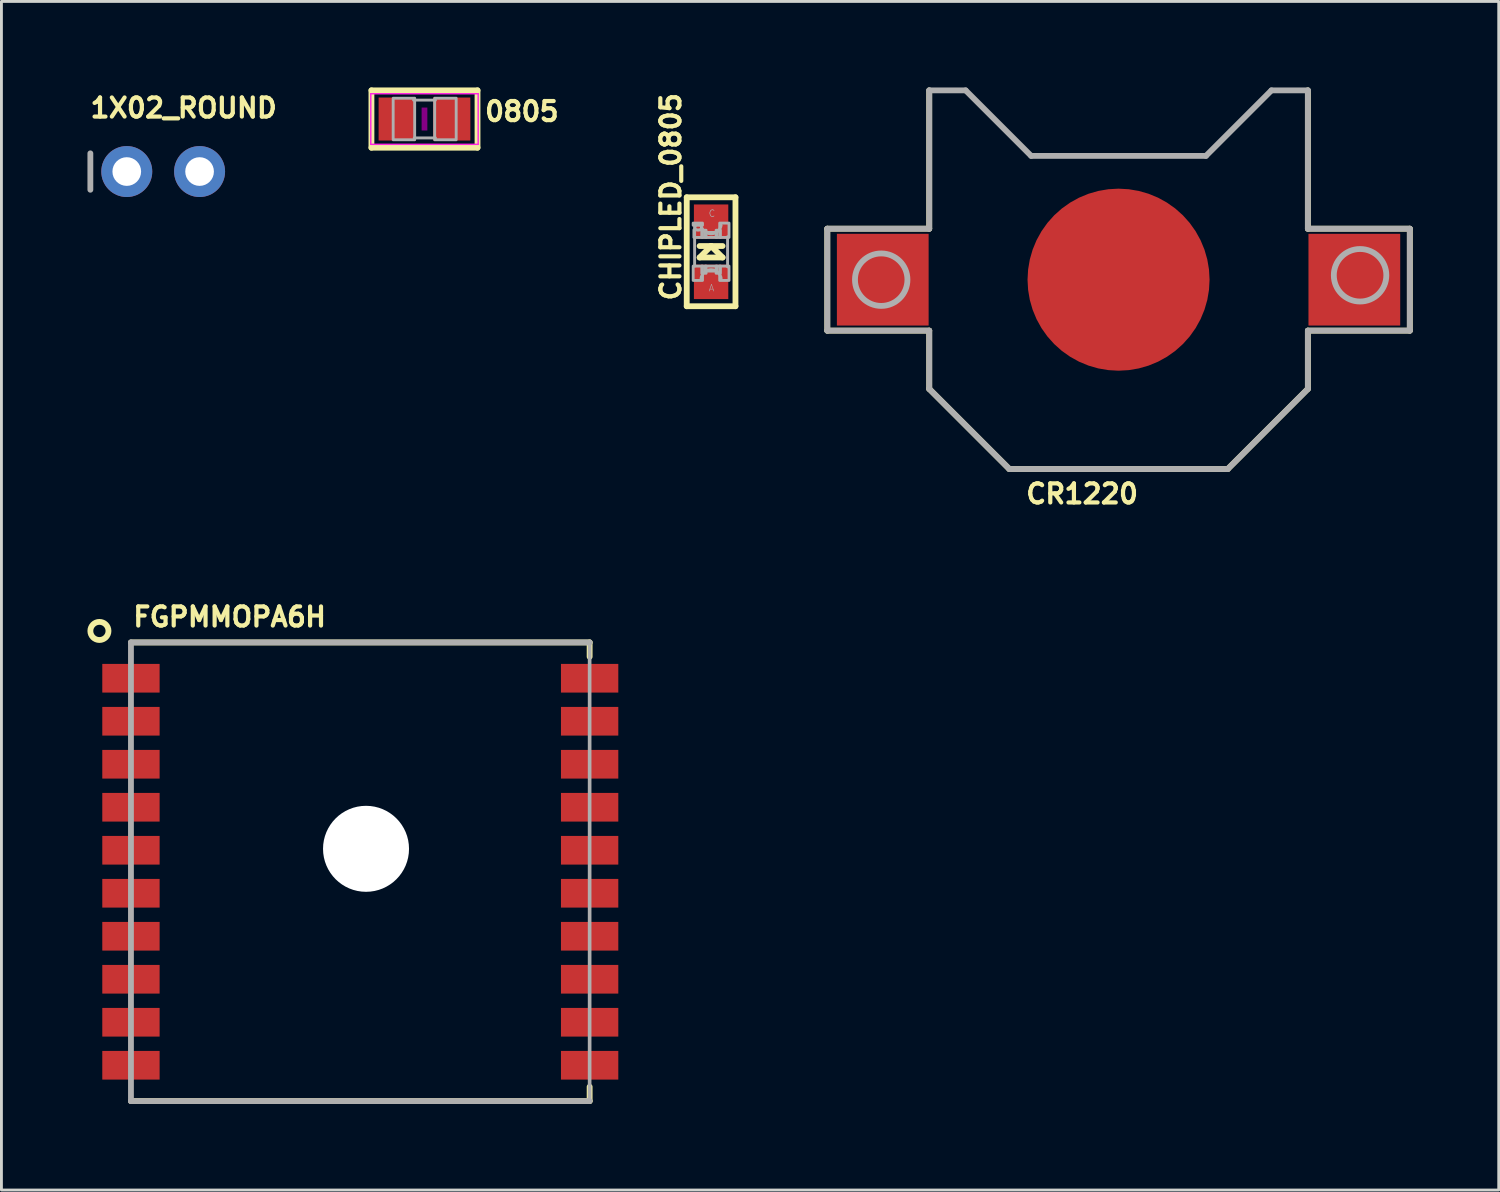
<source format=kicad_pcb>
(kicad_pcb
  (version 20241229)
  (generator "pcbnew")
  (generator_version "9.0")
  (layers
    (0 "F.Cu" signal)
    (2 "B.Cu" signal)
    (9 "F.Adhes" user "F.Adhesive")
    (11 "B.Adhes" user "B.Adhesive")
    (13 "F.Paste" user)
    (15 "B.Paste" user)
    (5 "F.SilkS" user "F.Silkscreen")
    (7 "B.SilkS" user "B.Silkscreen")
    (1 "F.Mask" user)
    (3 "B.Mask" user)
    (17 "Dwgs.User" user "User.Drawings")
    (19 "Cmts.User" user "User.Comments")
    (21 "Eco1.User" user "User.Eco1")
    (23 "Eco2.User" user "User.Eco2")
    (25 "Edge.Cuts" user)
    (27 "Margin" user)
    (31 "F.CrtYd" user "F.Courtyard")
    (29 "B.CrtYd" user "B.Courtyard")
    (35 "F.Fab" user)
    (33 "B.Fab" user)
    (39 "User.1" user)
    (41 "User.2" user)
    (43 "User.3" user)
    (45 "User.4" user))
  (footprint "0805"
    (layer "F.Cu")
    (at 11.757 1.102)
    (property "Reference" "0805" (at 2.032 0.127 0) (layer "F.SilkS") (effects (font (size 0.666 0.666) (thickness 0.146)) (justify left bottom)))
    (fp_line (start -1.85 -1) (end 1.85 -1) (stroke (width 0.203) (type solid)) (layer "F.SilkS"))
    (fp_line (start -1.85 1) (end -1.85 -1) (stroke (width 0.203) (type solid)) (layer "F.SilkS"))
    (fp_line (start 1.85 -1) (end 1.85 1) (stroke (width 0.203) (type solid)) (layer "F.SilkS"))
    (fp_line (start 1.85 1) (end -1.85 1) (stroke (width 0.203) (type solid)) (layer "F.SilkS"))
    (fp_poly (pts (xy -0.1 0.4) (xy 0.1 0.4) (xy 0.1 -0.4) (xy -0.1 -0.4)) (stroke (width 0) (type default)) (fill yes) (layer "F.Adhes"))
    (fp_line (start -1.873 -0.883) (end 1.873 -0.883) (stroke (width 0.051) (type solid)) (layer "F.CrtYd"))
    (fp_line (start -1.873 0.883) (end -1.873 -0.883) (stroke (width 0.051) (type solid)) (layer "F.CrtYd"))
    (fp_line (start 1.873 -0.883) (end 1.873 0.883) (stroke (width 0.051) (type solid)) (layer "F.CrtYd"))
    (fp_line (start 1.873 0.883) (end -1.873 0.883) (stroke (width 0.051) (type solid)) (layer "F.CrtYd"))
    (fp_line (start -0.381 -0.66) (end 0.381 -0.66) (stroke (width 0.102) (type solid)) (layer "F.Fab"))
    (fp_line (start -0.356 0.66) (end 0.381 0.66) (stroke (width 0.102) (type solid)) (layer "F.Fab"))
    (fp_poly (pts (xy -1.092 0.724) (xy -0.342 0.724) (xy -0.342 -0.726) (xy -1.092 -0.726)) (stroke (width 0.1) (type default)) (fill no) (layer "F.Fab"))
    (fp_poly (pts (xy 0.356 0.724) (xy 1.106 0.724) (xy 1.106 -0.726) (xy 0.356 -0.726)) (stroke (width 0.1) (type default)) (fill no) (layer "F.Fab"))
    (pad "1" smd rect (at -0.95 0) (size 1.3 1.5) (layers "F.Cu" "F.Mask" "F.Paste"))
    (pad "2" smd rect (at 0.95 0) (size 1.3 1.5) (layers "F.Cu" "F.Mask" "F.Paste")))
  (footprint "FGPMMOPA6H"
    (layer "F.Cu")
    (at 9.518 27.359)
    (property "Reference" "FGPMMOPA6H" (at -8 -8.5 0) (layer "F.SilkS") (effects (font (size 0.666 0.666) (thickness 0.146)) (justify left bottom)))
    (fp_line (start -8 -8) (end 8 -8) (stroke (width 0.203) (type solid)) (layer "F.SilkS"))
    (fp_line (start 8 -8) (end 8 -7.5) (stroke (width 0.203) (type solid)) (layer "F.SilkS"))
    (fp_line (start 8 7.5) (end 8 8) (stroke (width 0.203) (type solid)) (layer "F.SilkS"))
    (fp_line (start 8 8) (end -8 8) (stroke (width 0.203) (type solid)) (layer "F.SilkS"))
    (fp_circle (center -9.1 -8.4) (end -8.784 -8.4) (stroke (width 0.203) (type solid)) (fill no) (layer "F.SilkS"))
    (fp_line (start -8 -8) (end 8 -8) (stroke (width 0.203) (type solid)) (layer "F.Fab"))
    (fp_line (start -8 8) (end -8 -8) (stroke (width 0.203) (type solid)) (layer "F.Fab"))
    (fp_line (start 8 -8) (end 8 8) (stroke (width 0.127) (type solid)) (layer "F.Fab"))
    (fp_line (start 8 8) (end -8 8) (stroke (width 0.203) (type solid)) (layer "F.Fab"))
    (pad "" np_thru_hole circle (at 0.2 -0.8) (size 3 3) (drill 3) (layers "*.Cu" "*.Mask"))
    (pad "P$1" smd rect (at -8 -6.75) (size 2 1) (layers "F.Cu" "F.Mask" "F.Paste"))
    (pad "P$2" smd rect (at -8 -5.25) (size 2 1) (layers "F.Cu" "F.Mask" "F.Paste"))
    (pad "P$3" smd rect (at -8 -3.75) (size 2 1) (layers "F.Cu" "F.Mask" "F.Paste"))
    (pad "P$4" smd rect (at -8 -2.25) (size 2 1) (layers "F.Cu" "F.Mask" "F.Paste"))
    (pad "P$5" smd rect (at -8 -0.75) (size 2 1) (layers "F.Cu" "F.Mask" "F.Paste"))
    (pad "P$6" smd rect (at -8 0.75) (size 2 1) (layers "F.Cu" "F.Mask" "F.Paste"))
    (pad "P$7" smd rect (at -8 2.25) (size 2 1) (layers "F.Cu" "F.Mask" "F.Paste"))
    (pad "P$8" smd rect (at -8 3.75) (size 2 1) (layers "F.Cu" "F.Mask" "F.Paste"))
    (pad "P$9" smd rect (at -8 5.25) (size 2 1) (layers "F.Cu" "F.Mask" "F.Paste"))
    (pad "P$10" smd rect (at -8 6.75) (size 2 1) (layers "F.Cu" "F.Mask" "F.Paste"))
    (pad "P$11" smd rect (at 8 6.75 180) (size 2 1) (layers "F.Cu" "F.Mask" "F.Paste"))
    (pad "P$12" smd rect (at 8 5.25 180) (size 2 1) (layers "F.Cu" "F.Mask" "F.Paste"))
    (pad "P$13" smd rect (at 8 3.75 180) (size 2 1) (layers "F.Cu" "F.Mask" "F.Paste"))
    (pad "P$14" smd rect (at 8 2.25 180) (size 2 1) (layers "F.Cu" "F.Mask" "F.Paste"))
    (pad "P$15" smd rect (at 8 0.75 180) (size 2 1) (layers "F.Cu" "F.Mask" "F.Paste"))
    (pad "P$16" smd rect (at 8 -0.75 180) (size 2 1) (layers "F.Cu" "F.Mask" "F.Paste"))
    (pad "P$17" smd rect (at 8 -2.25 180) (size 2 1) (layers "F.Cu" "F.Mask" "F.Paste"))
    (pad "P$18" smd rect (at 8 -3.75 180) (size 2 1) (layers "F.Cu" "F.Mask" "F.Paste"))
    (pad "P$19" smd rect (at 8 -5.25 180) (size 2 1) (layers "F.Cu" "F.Mask" "F.Paste"))
    (pad "P$20" smd rect (at 8 -6.75 180) (size 2 1) (layers "F.Cu" "F.Mask" "F.Paste")))
  (footprint "1X02_ROUND"
    (layer "F.Cu")
    (at 2.642 2.934)
    (property "Reference" "1X02_ROUND" (at -2.616 -1.829 0) (layer "F.SilkS") (effects (font (size 0.666 0.666) (thickness 0.146)) (justify left bottom)))
    (fp_line (start -2.54 -0.635) (end -2.54 0.635) (stroke (width 0.203) (type solid)) (layer "F.Fab"))
    (fp_poly (pts (xy -1.524 0.254) (xy -1.016 0.254) (xy -1.016 -0.254) (xy -1.524 -0.254)) (stroke (width 0.1) (type default)) (fill no) (layer "F.Fab"))
    (fp_poly (pts (xy 1.016 0.254) (xy 1.524 0.254) (xy 1.524 -0.254) (xy 1.016 -0.254)) (stroke (width 0.1) (type default)) (fill no) (layer "F.Fab"))
    (pad "1" thru_hole circle (at -1.27 0 90) (size 1.778 1.778) (drill 1) (layers "*.Cu" "*.Mask"))
    (pad "2" thru_hole circle (at 1.27 0 90) (size 1.778 1.778) (drill 1) (layers "*.Cu" "*.Mask")))
  (footprint "CHIPLED_0805"
    (layer "F.Cu")
    (at 21.755 5.732)
    (property "Reference" "CHIPLED_0805" (at -1.016 1.778 90) (layer "F.SilkS") (effects (font (size 0.666 0.666) (thickness 0.146)) (justify left bottom)))
    (fp_line (start -0.85 -1.9) (end 0.85 -1.9) (stroke (width 0.203) (type solid)) (layer "F.SilkS"))
    (fp_line (start -0.85 1.9) (end -0.85 -1.9) (stroke (width 0.203) (type solid)) (layer "F.SilkS"))
    (fp_line (start -0.4 -0.2) (end 0 -0.2) (stroke (width 0.203) (type solid)) (layer "F.SilkS"))
    (fp_line (start -0.4 0.2) (end 0.4 0.2) (stroke (width 0.203) (type solid)) (layer "F.SilkS"))
    (fp_line (start 0 -0.2) (end -0.4 0.2) (stroke (width 0.203) (type solid)) (layer "F.SilkS"))
    (fp_line (start 0 -0.2) (end 0.4 -0.2) (stroke (width 0.203) (type solid)) (layer "F.SilkS"))
    (fp_line (start 0.4 0.2) (end 0 -0.2) (stroke (width 0.203) (type solid)) (layer "F.SilkS"))
    (fp_line (start 0.85 -1.9) (end 0.85 1.9) (stroke (width 0.203) (type solid)) (layer "F.SilkS"))
    (fp_line (start 0.85 1.9) (end -0.85 1.9) (stroke (width 0.203) (type solid)) (layer "F.SilkS"))
    (fp_line (start -0.575 0.5) (end -0.575 -0.925) (stroke (width 0.102) (type solid)) (layer "F.Fab"))
    (fp_line (start 0.575 -0.525) (end 0.575 0.525) (stroke (width 0.102) (type solid)) (layer "F.Fab"))
    (fp_arc (start -0.35 0.925) (mid -0.000001 0.625027) (end 0.35 0.924998) (stroke (width 0.1016) (type solid)) (layer "F.Fab"))
    (fp_arc (start 0.35 -0.924998) (mid -0.000001 -0.625027) (end -0.35 -0.925) (stroke (width 0.1016) (type solid)) (layer "F.Fab"))
    (fp_circle (center -0.45 -0.85) (end -0.347 -0.85) (stroke (width 0.076) (type solid)) (fill no) (layer "F.Fab"))
    (fp_poly (pts (xy -0.625 -0.925) (xy -0.3 -0.925) (xy -0.3 -1) (xy -0.625 -1)) (stroke (width 0.1) (type default)) (fill no) (layer "F.Fab"))
    (fp_poly (pts (xy -0.625 1) (xy -0.3 1) (xy -0.3 0.5) (xy -0.625 0.5)) (stroke (width 0.1) (type default)) (fill no) (layer "F.Fab"))
    (fp_poly (pts (xy -0.6 -0.5) (xy -0.3 -0.5) (xy -0.3 -0.762) (xy -0.6 -0.762)) (stroke (width 0.1) (type default)) (fill no) (layer "F.Fab"))
    (fp_poly (pts (xy -0.325 -0.5) (xy -0.175 -0.5) (xy -0.175 -0.75) (xy -0.325 -0.75)) (stroke (width 0.1) (type default)) (fill no) (layer "F.Fab"))
    (fp_poly (pts (xy -0.325 0.75) (xy -0.175 0.75) (xy -0.175 0.5) (xy -0.325 0.5)) (stroke (width 0.1) (type default)) (fill no) (layer "F.Fab"))
    (fp_poly (pts (xy -0.2 -0.5) (xy 0.2 -0.5) (xy 0.2 -0.675) (xy -0.2 -0.675)) (stroke (width 0.1) (type default)) (fill no) (layer "F.Fab"))
    (fp_poly (pts (xy -0.2 0.675) (xy 0.2 0.675) (xy 0.2 0.5) (xy -0.2 0.5)) (stroke (width 0.1) (type default)) (fill no) (layer "F.Fab"))
    (fp_poly (pts (xy 0.175 -0.5) (xy 0.325 -0.5) (xy 0.325 -0.75) (xy 0.175 -0.75)) (stroke (width 0.1) (type default)) (fill no) (layer "F.Fab"))
    (fp_poly (pts (xy 0.175 0.75) (xy 0.325 0.75) (xy 0.325 0.5) (xy 0.175 0.5)) (stroke (width 0.1) (type default)) (fill no) (layer "F.Fab"))
    (fp_poly (pts (xy 0.3 -0.5) (xy 0.625 -0.5) (xy 0.625 -1) (xy 0.3 -1)) (stroke (width 0.1) (type default)) (fill no) (layer "F.Fab"))
    (fp_poly (pts (xy 0.3 1) (xy 0.625 1) (xy 0.625 0.5) (xy 0.3 0.5)) (stroke (width 0.1) (type default)) (fill no) (layer "F.Fab"))
    (fp_text user "C" (at -0.1 -1.2 0) (layer "F.Fab") (effects (font (size 0.234 0.234) (thickness 0.02)) (justify left bottom)))
    (fp_text user "A" (at -0.1 1.4 0) (layer "F.Fab") (effects (font (size 0.234 0.234) (thickness 0.02)) (justify left bottom)))
    (pad "A" smd rect (at 0 1.05) (size 1.2 1.2) (layers "F.Cu" "F.Mask" "F.Paste"))
    (pad "C" smd rect (at 0 -1.05) (size 1.2 1.2) (layers "F.Cu" "F.Mask" "F.Paste")))
  (footprint "CR1220"
    (layer "F.Cu")
    (at 35.968 6.706)
    (property "Reference" "CR1220" (at -3.302 7.86 0) (layer "F.SilkS") (effects (font (size 0.666 0.666) (thickness 0.146)) (justify left bottom)))
    (fp_circle (center 0 0) (end 3.141 0) (stroke (width 6.282) (type solid)) (fill yes) (layer "F.Mask"))
    (fp_line (start -10.16 -1.778) (end -10.16 1.778) (stroke (width 0.203) (type solid)) (layer "F.SilkS"))
    (fp_line (start -10.16 1.778) (end -6.604 1.778) (stroke (width 0.203) (type solid)) (layer "F.SilkS"))
    (fp_line (start -6.604 -6.604) (end -6.604 -1.778) (stroke (width 0.203) (type solid)) (layer "F.SilkS"))
    (fp_line (start -6.604 -1.778) (end -10.16 -1.778) (stroke (width 0.203) (type solid)) (layer "F.SilkS"))
    (fp_line (start -6.604 1.778) (end -6.604 3.81) (stroke (width 0.203) (type solid)) (layer "F.SilkS"))
    (fp_line (start -6.604 3.81) (end -3.81 6.604) (stroke (width 0.203) (type solid)) (layer "F.SilkS"))
    (fp_line (start -3.81 6.604) (end 3.81 6.604) (stroke (width 0.203) (type solid)) (layer "F.SilkS"))
    (fp_line (start 3.81 6.604) (end 6.604 3.81) (stroke (width 0.203) (type solid)) (layer "F.SilkS"))
    (fp_line (start 6.604 -1.778) (end 6.604 -6.604) (stroke (width 0.203) (type solid)) (layer "F.SilkS"))
    (fp_line (start 6.604 1.778) (end 10.16 1.778) (stroke (width 0.203) (type solid)) (layer "F.SilkS"))
    (fp_line (start 6.604 3.81) (end 6.604 1.778) (stroke (width 0.203) (type solid)) (layer "F.SilkS"))
    (fp_line (start 10.16 -1.778) (end 6.604 -1.778) (stroke (width 0.203) (type solid)) (layer "F.SilkS"))
    (fp_line (start 10.16 1.778) (end 10.16 -1.778) (stroke (width 0.203) (type solid)) (layer "F.SilkS"))
    (fp_line (start -10.16 -1.778) (end -10.16 1.778) (stroke (width 0.203) (type solid)) (layer "F.Fab"))
    (fp_line (start -10.16 1.778) (end -6.604 1.778) (stroke (width 0.203) (type solid)) (layer "F.Fab"))
    (fp_line (start -6.604 -6.604) (end -6.604 -1.778) (stroke (width 0.203) (type solid)) (layer "F.Fab"))
    (fp_line (start -6.604 -1.778) (end -10.16 -1.778) (stroke (width 0.203) (type solid)) (layer "F.Fab"))
    (fp_line (start -6.604 1.778) (end -6.604 3.81) (stroke (width 0.203) (type solid)) (layer "F.Fab"))
    (fp_line (start -6.604 3.81) (end -3.81 6.604) (stroke (width 0.203) (type solid)) (layer "F.Fab"))
    (fp_line (start -5.334 -6.604) (end -6.604 -6.604) (stroke (width 0.203) (type solid)) (layer "F.Fab"))
    (fp_line (start -3.81 6.604) (end 3.81 6.604) (stroke (width 0.203) (type solid)) (layer "F.Fab"))
    (fp_line (start -3.048 -4.318) (end -5.334 -6.604) (stroke (width 0.203) (type solid)) (layer "F.Fab"))
    (fp_line (start 3.048 -4.318) (end -3.048 -4.318) (stroke (width 0.203) (type solid)) (layer "F.Fab"))
    (fp_line (start 3.81 6.604) (end 6.604 3.81) (stroke (width 0.203) (type solid)) (layer "F.Fab"))
    (fp_line (start 5.334 -6.604) (end 3.048 -4.318) (stroke (width 0.203) (type solid)) (layer "F.Fab"))
    (fp_line (start 6.604 -6.604) (end 5.334 -6.604) (stroke (width 0.203) (type solid)) (layer "F.Fab"))
    (fp_line (start 6.604 -1.778) (end 6.604 -6.604) (stroke (width 0.203) (type solid)) (layer "F.Fab"))
    (fp_line (start 6.604 1.778) (end 10.16 1.778) (stroke (width 0.203) (type solid)) (layer "F.Fab"))
    (fp_line (start 6.604 3.81) (end 6.604 1.778) (stroke (width 0.203) (type solid)) (layer "F.Fab"))
    (fp_line (start 10.16 -1.778) (end 6.604 -1.778) (stroke (width 0.203) (type solid)) (layer "F.Fab"))
    (fp_line (start 10.16 1.778) (end 10.16 -1.778) (stroke (width 0.203) (type solid)) (layer "F.Fab"))
    (fp_circle (center -8.279 0) (end -7.364 0) (stroke (width 0.203) (type solid)) (fill no) (layer "F.Fab"))
    (fp_circle (center 8.425 -0.154) (end 9.341 -0.154) (stroke (width 0.203) (type solid)) (fill no) (layer "F.Fab"))
    (pad "+$1" smd rect (at -8.225 0) (size 3.2 3.2) (layers "F.Cu" "F.Mask" "F.Paste"))
    (pad "+$2" smd rect (at 8.225 0) (size 3.2 3.2) (layers "F.Cu" "F.Mask" "F.Paste"))
    (pad "-" smd roundrect (at 0 0) (size 6.35 6.35) (layers "F.Cu" "F.Mask") (roundrect_rratio 0.5)))
  (gr_rect
    (start -3 -3)
    (end 49.23 38.461)
    (stroke (width 0.1) (type default))
    (fill no)
    (layer "Edge.Cuts")))
</source>
